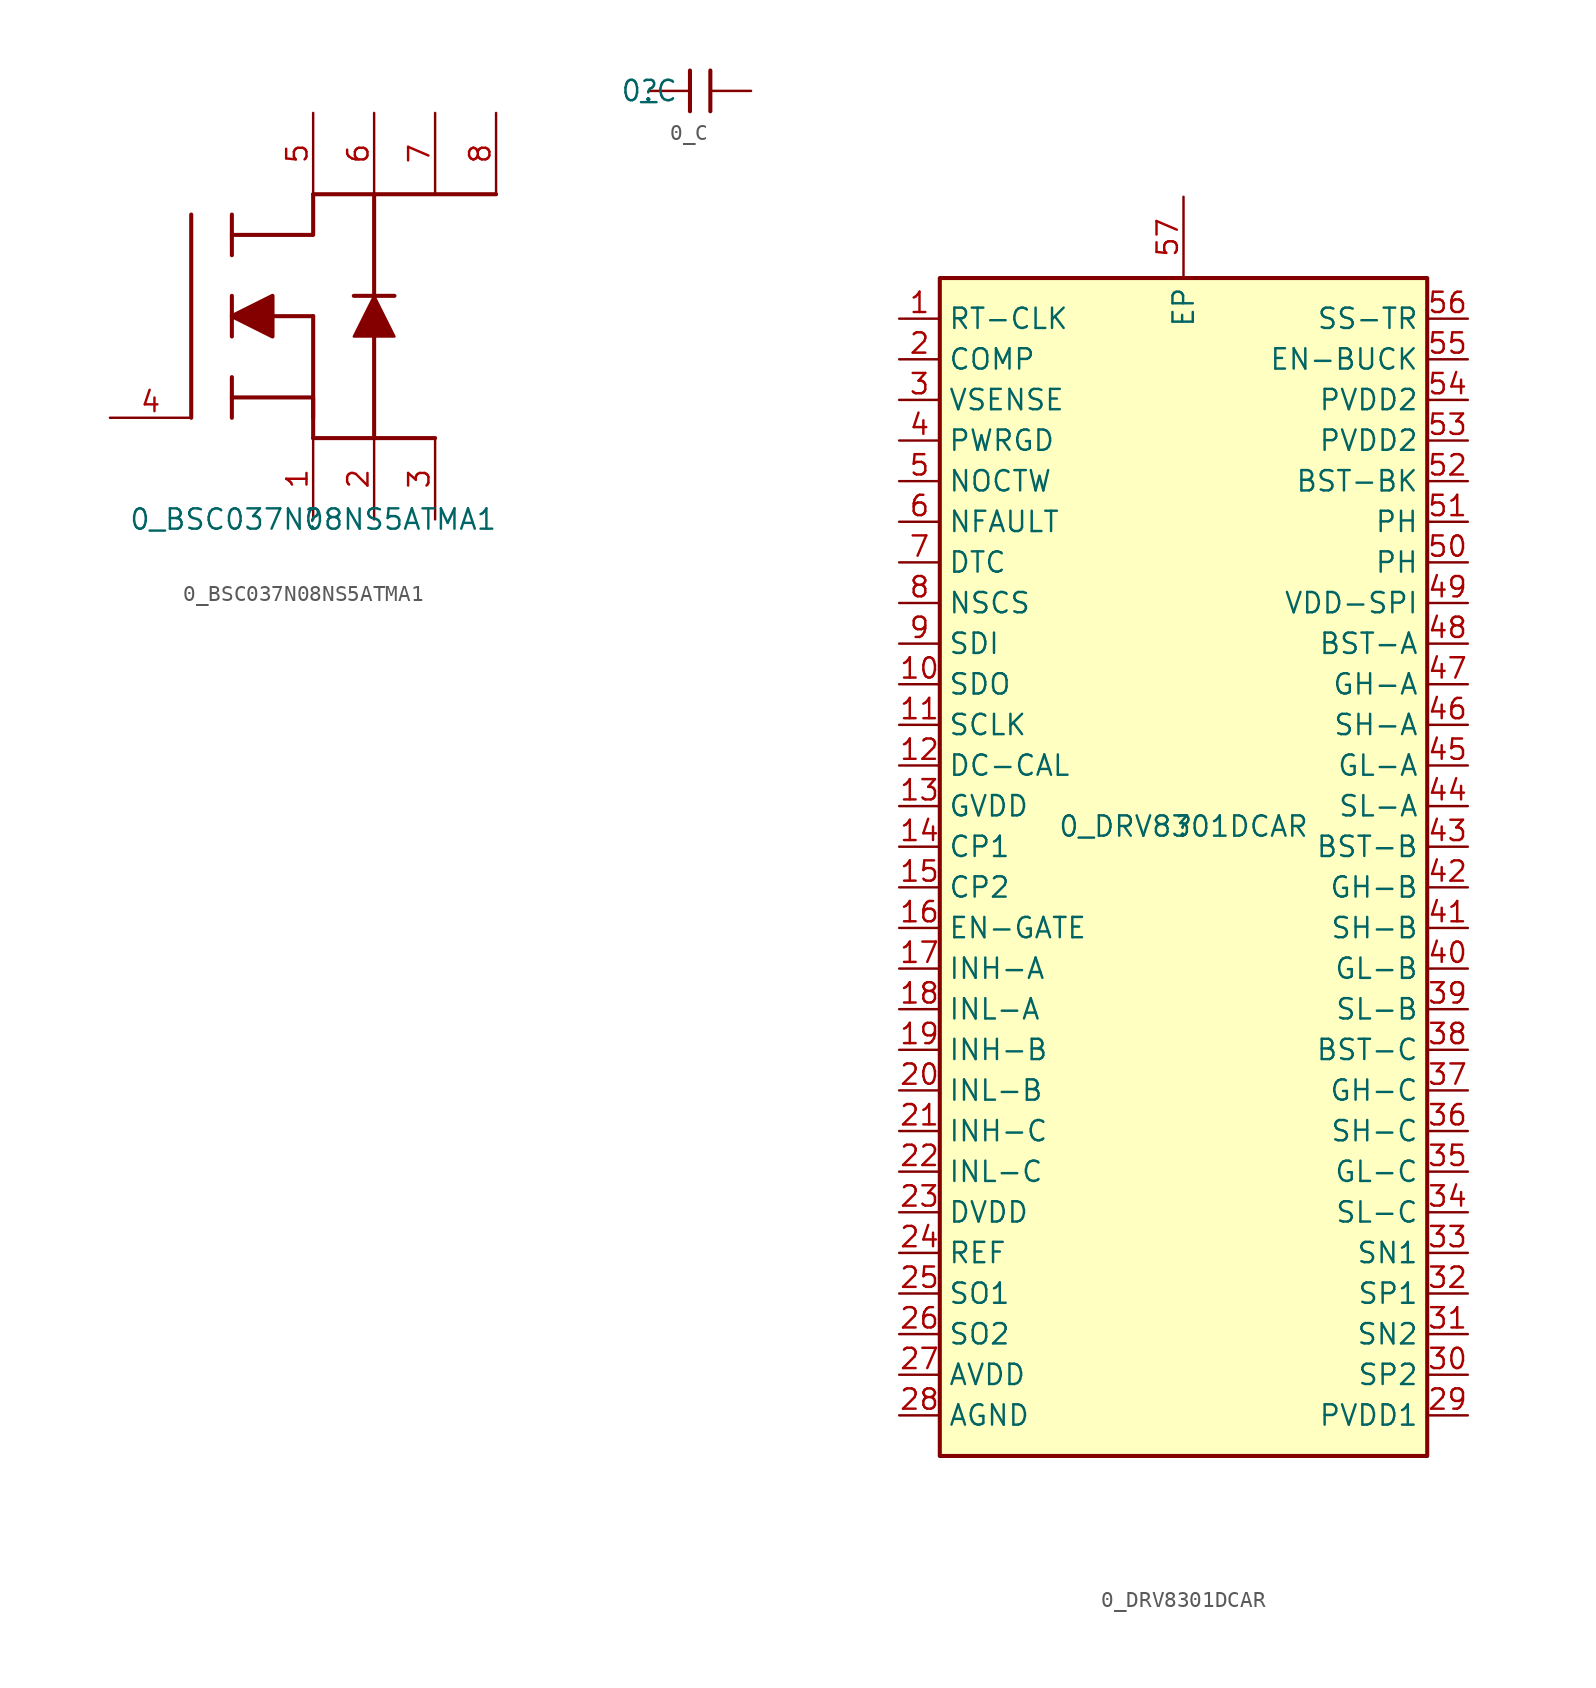
<source format=kicad_sym>
(kicad_symbol_lib
  (version 20211014)
  (generator kicad_symbol_editor)
  (symbol "0_BSC037N08NS5ATMA1"
    (property "Reference" ""
      (at 0 0 0)
      (effects (font (size 1.27 1.27))))
    (property "Value" "0_BSC037N08NS5ATMA1"
      (at 0 0 0)
      (effects (font (size 1.27 1.27))))
    (symbol "0_BSC037N08NS5ATMA1_1_0"
      (polyline (pts (xy -7.62 6.35) (xy -7.62 19.05)) (stroke (width 0.254) (type default) (color 0 0 0 0)) (fill (type none)))
      (polyline (pts (xy -5.08 8.89) (xy -5.08 6.35)) (stroke (width 0.254) (type default) (color 0 0 0 0)) (fill (type none)))
      (polyline (pts (xy -5.08 11.43) (xy -5.08 13.97)) (stroke (width 0.254) (type default) (color 0 0 0 0)) (fill (type none)))
      (polyline (pts (xy -5.08 12.7) (xy 0 12.7)) (stroke (width 0.254) (type default) (color 0 0 0 0)) (fill (type none)))
      (polyline (pts (xy -5.08 16.51) (xy -5.08 19.05)) (stroke (width 0.254) (type default) (color 0 0 0 0)) (fill (type none)))
      (polyline (pts (xy 0 5.08) (xy 7.62 5.08)) (stroke (width 0.254) (type default) (color 0 0 0 0)) (fill (type none)))
      (polyline (pts (xy 0 12.7) (xy 0 6.35)) (stroke (width 0.254) (type default) (color 0 0 0 0)) (fill (type none)))
      (polyline (pts (xy 0 20.32) (xy 11.43 20.32)) (stroke (width 0.254) (type default) (color 0 0 0 0)) (fill (type none)))
      (polyline (pts (xy 2.54 13.97) (xy 5.08 13.97)) (stroke (width 0.254) (type default) (color 0 0 0 0)) (fill (type none)))
      (polyline (pts (xy 3.81 5.08) (xy 3.81 20.32)) (stroke (width 0.254) (type default) (color 0 0 0 0)) (fill (type none)))
      (polyline (pts (xy -5.08 7.62) (xy 0 7.62) (xy 0 5.08)) (stroke (width 0.254) (type default) (color 0 0 0 0)) (fill (type none)))
      (polyline (pts (xy -5.08 17.78) (xy 0 17.78) (xy 0 20.32)) (stroke (width 0.254) (type default) (color 0 0 0 0)) (fill (type none)))
      (polyline (pts (xy -5.08 12.7) (xy -2.54 13.97) (xy -2.54 11.43) (xy -5.08 12.7) (xy -5.08 12.7)) (stroke (width 0.254) (type default) (color 0 0 0 0)) (fill (type outline)))
      (polyline (pts (xy 3.81 13.97) (xy 2.54 11.43) (xy 5.08 11.43) (xy 3.81 13.97) (xy 3.81 13.97)) (stroke (width 0) (type default) (color 0 0 0 0)) (fill (type outline)))
      (pin passive line (at 0 0 90) (length 5.08) (name "1" (effects (font (size 0 0)))) (number "1" (effects (font (size 1.27 1.27)))))
      (pin passive line (at 3.81 0 90) (length 5.08) (name "2" (effects (font (size 0 0)))) (number "2" (effects (font (size 1.27 1.27)))))
      (pin passive line (at 7.62 0 90) (length 5.08) (name "3" (effects (font (size 0 0)))) (number "3" (effects (font (size 1.27 1.27)))))
      (pin passive line (at -12.7 6.35 0) (length 5.08) (name "4" (effects (font (size 0 0)))) (number "4" (effects (font (size 1.27 1.27)))))
      (pin passive line (at 0 25.4 270) (length 5.08) (name "5" (effects (font (size 0 0)))) (number "5" (effects (font (size 1.27 1.27)))))
      (pin passive line (at 3.81 25.4 270) (length 5.08) (name "6" (effects (font (size 0 0)))) (number "6" (effects (font (size 1.27 1.27)))))
      (pin passive line (at 7.62 25.4 270) (length 5.08) (name "7" (effects (font (size 0 0)))) (number "7" (effects (font (size 1.27 1.27)))))
      (pin passive line (at 11.43 25.4 270) (length 5.08) (name "8" (effects (font (size 0 0)))) (number "8" (effects (font (size 1.27 1.27)))))))
  (symbol "0_C"
    (property "Reference" ""
      (at 0 0 0)
      (effects (font (size 1.27 1.27))))
    (property "Value" "0_C"
      (at 0 0 0)
      (effects (font (size 1.27 1.27))))
    (symbol "0_C_1_0"
      (polyline (pts (xy 2.54 1.27) (xy 2.54 -1.27)) (stroke (width 0.254) (type default) (color 0 0 0 0)) (fill (type none)))
      (polyline (pts (xy 3.81 1.27) (xy 3.81 -1.27)) (stroke (width 0.254) (type default) (color 0 0 0 0)) (fill (type none)))
      (pin passive line (at 0 0 0) (length 2.54) (name "1" (effects (font (size 0 0)))) (number "1" (effects (font (size 0 0)))))
      (pin passive line (at 6.35 0 180) (length 2.54) (name "2" (effects (font (size 0 0)))) (number "2" (effects (font (size 0 0)))))))
  (symbol "0_DRV8301DCAR"
    (property "Reference" ""
      (at 0 0 0)
      (effects (font (size 1.27 1.27))))
    (property "Value" "0_DRV8301DCAR"
      (at 0 0 0)
      (effects (font (size 1.27 1.27))))
    (symbol "0_DRV8301DCAR_1_0"
      (rectangle (start 15.24 34.29) (end -15.24 -39.37) (stroke (width 0.254) (type default) (color 0 0 0 0)) (fill (type background)))
      (pin passive line (at -17.78 31.75 0) (length 2.54) (name "RT-CLK" (effects (font (size 1.27 1.27)))) (number "1" (effects (font (size 1.27 1.27)))))
      (pin passive line (at -17.78 8.89 0) (length 2.54) (name "SDO" (effects (font (size 1.27 1.27)))) (number "10" (effects (font (size 1.27 1.27)))))
      (pin passive line (at -17.78 6.35 0) (length 2.54) (name "SCLK" (effects (font (size 1.27 1.27)))) (number "11" (effects (font (size 1.27 1.27)))))
      (pin passive line (at -17.78 3.81 0) (length 2.54) (name "DC-CAL" (effects (font (size 1.27 1.27)))) (number "12" (effects (font (size 1.27 1.27)))))
      (pin passive line (at -17.78 1.27 0) (length 2.54) (name "GVDD" (effects (font (size 1.27 1.27)))) (number "13" (effects (font (size 1.27 1.27)))))
      (pin passive line (at -17.78 -1.27 0) (length 2.54) (name "CP1" (effects (font (size 1.27 1.27)))) (number "14" (effects (font (size 1.27 1.27)))))
      (pin passive line (at -17.78 -3.81 0) (length 2.54) (name "CP2" (effects (font (size 1.27 1.27)))) (number "15" (effects (font (size 1.27 1.27)))))
      (pin passive line (at -17.78 -6.35 0) (length 2.54) (name "EN-GATE" (effects (font (size 1.27 1.27)))) (number "16" (effects (font (size 1.27 1.27)))))
      (pin passive line (at -17.78 -8.89 0) (length 2.54) (name "INH-A" (effects (font (size 1.27 1.27)))) (number "17" (effects (font (size 1.27 1.27)))))
      (pin passive line (at -17.78 -11.43 0) (length 2.54) (name "INL-A" (effects (font (size 1.27 1.27)))) (number "18" (effects (font (size 1.27 1.27)))))
      (pin passive line (at -17.78 -13.97 0) (length 2.54) (name "INH-B" (effects (font (size 1.27 1.27)))) (number "19" (effects (font (size 1.27 1.27)))))
      (pin passive line (at -17.78 29.21 0) (length 2.54) (name "COMP" (effects (font (size 1.27 1.27)))) (number "2" (effects (font (size 1.27 1.27)))))
      (pin passive line (at -17.78 -16.51 0) (length 2.54) (name "INL-B" (effects (font (size 1.27 1.27)))) (number "20" (effects (font (size 1.27 1.27)))))
      (pin passive line (at -17.78 -19.05 0) (length 2.54) (name "INH-C" (effects (font (size 1.27 1.27)))) (number "21" (effects (font (size 1.27 1.27)))))
      (pin passive line (at -17.78 -21.59 0) (length 2.54) (name "INL-C" (effects (font (size 1.27 1.27)))) (number "22" (effects (font (size 1.27 1.27)))))
      (pin passive line (at -17.78 -24.13 0) (length 2.54) (name "DVDD" (effects (font (size 1.27 1.27)))) (number "23" (effects (font (size 1.27 1.27)))))
      (pin passive line (at -17.78 -26.67 0) (length 2.54) (name "REF" (effects (font (size 1.27 1.27)))) (number "24" (effects (font (size 1.27 1.27)))))
      (pin passive line (at -17.78 -29.21 0) (length 2.54) (name "SO1" (effects (font (size 1.27 1.27)))) (number "25" (effects (font (size 1.27 1.27)))))
      (pin passive line (at -17.78 -31.75 0) (length 2.54) (name "SO2" (effects (font (size 1.27 1.27)))) (number "26" (effects (font (size 1.27 1.27)))))
      (pin passive line (at -17.78 -34.29 0) (length 2.54) (name "AVDD" (effects (font (size 1.27 1.27)))) (number "27" (effects (font (size 1.27 1.27)))))
      (pin passive line (at -17.78 -36.83 0) (length 2.54) (name "AGND" (effects (font (size 1.27 1.27)))) (number "28" (effects (font (size 1.27 1.27)))))
      (pin passive line (at 17.78 -36.83 180) (length 2.54) (name "PVDD1" (effects (font (size 1.27 1.27)))) (number "29" (effects (font (size 1.27 1.27)))))
      (pin passive line (at -17.78 26.67 0) (length 2.54) (name "VSENSE" (effects (font (size 1.27 1.27)))) (number "3" (effects (font (size 1.27 1.27)))))
      (pin passive line (at 17.78 -34.29 180) (length 2.54) (name "SP2" (effects (font (size 1.27 1.27)))) (number "30" (effects (font (size 1.27 1.27)))))
      (pin passive line (at 17.78 -31.75 180) (length 2.54) (name "SN2" (effects (font (size 1.27 1.27)))) (number "31" (effects (font (size 1.27 1.27)))))
      (pin passive line (at 17.78 -29.21 180) (length 2.54) (name "SP1" (effects (font (size 1.27 1.27)))) (number "32" (effects (font (size 1.27 1.27)))))
      (pin passive line (at 17.78 -26.67 180) (length 2.54) (name "SN1" (effects (font (size 1.27 1.27)))) (number "33" (effects (font (size 1.27 1.27)))))
      (pin passive line (at 17.78 -24.13 180) (length 2.54) (name "SL-C" (effects (font (size 1.27 1.27)))) (number "34" (effects (font (size 1.27 1.27)))))
      (pin passive line (at 17.78 -21.59 180) (length 2.54) (name "GL-C" (effects (font (size 1.27 1.27)))) (number "35" (effects (font (size 1.27 1.27)))))
      (pin passive line (at 17.78 -19.05 180) (length 2.54) (name "SH-C" (effects (font (size 1.27 1.27)))) (number "36" (effects (font (size 1.27 1.27)))))
      (pin passive line (at 17.78 -16.51 180) (length 2.54) (name "GH-C" (effects (font (size 1.27 1.27)))) (number "37" (effects (font (size 1.27 1.27)))))
      (pin passive line (at 17.78 -13.97 180) (length 2.54) (name "BST-C" (effects (font (size 1.27 1.27)))) (number "38" (effects (font (size 1.27 1.27)))))
      (pin passive line (at 17.78 -11.43 180) (length 2.54) (name "SL-B" (effects (font (size 1.27 1.27)))) (number "39" (effects (font (size 1.27 1.27)))))
      (pin passive line (at -17.78 24.13 0) (length 2.54) (name "PWRGD" (effects (font (size 1.27 1.27)))) (number "4" (effects (font (size 1.27 1.27)))))
      (pin passive line (at 17.78 -8.89 180) (length 2.54) (name "GL-B" (effects (font (size 1.27 1.27)))) (number "40" (effects (font (size 1.27 1.27)))))
      (pin passive line (at 17.78 -6.35 180) (length 2.54) (name "SH-B" (effects (font (size 1.27 1.27)))) (number "41" (effects (font (size 1.27 1.27)))))
      (pin passive line (at 17.78 -3.81 180) (length 2.54) (name "GH-B" (effects (font (size 1.27 1.27)))) (number "42" (effects (font (size 1.27 1.27)))))
      (pin passive line (at 17.78 -1.27 180) (length 2.54) (name "BST-B" (effects (font (size 1.27 1.27)))) (number "43" (effects (font (size 1.27 1.27)))))
      (pin passive line (at 17.78 1.27 180) (length 2.54) (name "SL-A" (effects (font (size 1.27 1.27)))) (number "44" (effects (font (size 1.27 1.27)))))
      (pin passive line (at 17.78 3.81 180) (length 2.54) (name "GL-A" (effects (font (size 1.27 1.27)))) (number "45" (effects (font (size 1.27 1.27)))))
      (pin passive line (at 17.78 6.35 180) (length 2.54) (name "SH-A" (effects (font (size 1.27 1.27)))) (number "46" (effects (font (size 1.27 1.27)))))
      (pin passive line (at 17.78 8.89 180) (length 2.54) (name "GH-A" (effects (font (size 1.27 1.27)))) (number "47" (effects (font (size 1.27 1.27)))))
      (pin passive line (at 17.78 11.43 180) (length 2.54) (name "BST-A" (effects (font (size 1.27 1.27)))) (number "48" (effects (font (size 1.27 1.27)))))
      (pin passive line (at 17.78 13.97 180) (length 2.54) (name "VDD-SPI" (effects (font (size 1.27 1.27)))) (number "49" (effects (font (size 1.27 1.27)))))
      (pin passive line (at -17.78 21.59 0) (length 2.54) (name "NOCTW" (effects (font (size 1.27 1.27)))) (number "5" (effects (font (size 1.27 1.27)))))
      (pin passive line (at 17.78 16.51 180) (length 2.54) (name "PH" (effects (font (size 1.27 1.27)))) (number "50" (effects (font (size 1.27 1.27)))))
      (pin passive line (at 17.78 19.05 180) (length 2.54) (name "PH" (effects (font (size 1.27 1.27)))) (number "51" (effects (font (size 1.27 1.27)))))
      (pin passive line (at 17.78 21.59 180) (length 2.54) (name "BST-BK" (effects (font (size 1.27 1.27)))) (number "52" (effects (font (size 1.27 1.27)))))
      (pin passive line (at 17.78 24.13 180) (length 2.54) (name "PVDD2" (effects (font (size 1.27 1.27)))) (number "53" (effects (font (size 1.27 1.27)))))
      (pin passive line (at 17.78 26.67 180) (length 2.54) (name "PVDD2" (effects (font (size 1.27 1.27)))) (number "54" (effects (font (size 1.27 1.27)))))
      (pin passive line (at 17.78 29.21 180) (length 2.54) (name "EN-BUCK" (effects (font (size 1.27 1.27)))) (number "55" (effects (font (size 1.27 1.27)))))
      (pin passive line (at 17.78 31.75 180) (length 2.54) (name "SS-TR" (effects (font (size 1.27 1.27)))) (number "56" (effects (font (size 1.27 1.27)))))
      (pin passive line (at 0 39.37 270) (length 5.08) (name "EP" (effects (font (size 1.27 1.27)))) (number "57" (effects (font (size 1.27 1.27)))))
      (pin passive line (at -17.78 19.05 0) (length 2.54) (name "NFAULT" (effects (font (size 1.27 1.27)))) (number "6" (effects (font (size 1.27 1.27)))))
      (pin passive line (at -17.78 16.51 0) (length 2.54) (name "DTC" (effects (font (size 1.27 1.27)))) (number "7" (effects (font (size 1.27 1.27)))))
      (pin passive line (at -17.78 13.97 0) (length 2.54) (name "NSCS" (effects (font (size 1.27 1.27)))) (number "8" (effects (font (size 1.27 1.27)))))
      (pin passive line (at -17.78 11.43 0) (length 2.54) (name "SDI" (effects (font (size 1.27 1.27)))) (number "9" (effects (font (size 1.27 1.27))))))))
</source>
